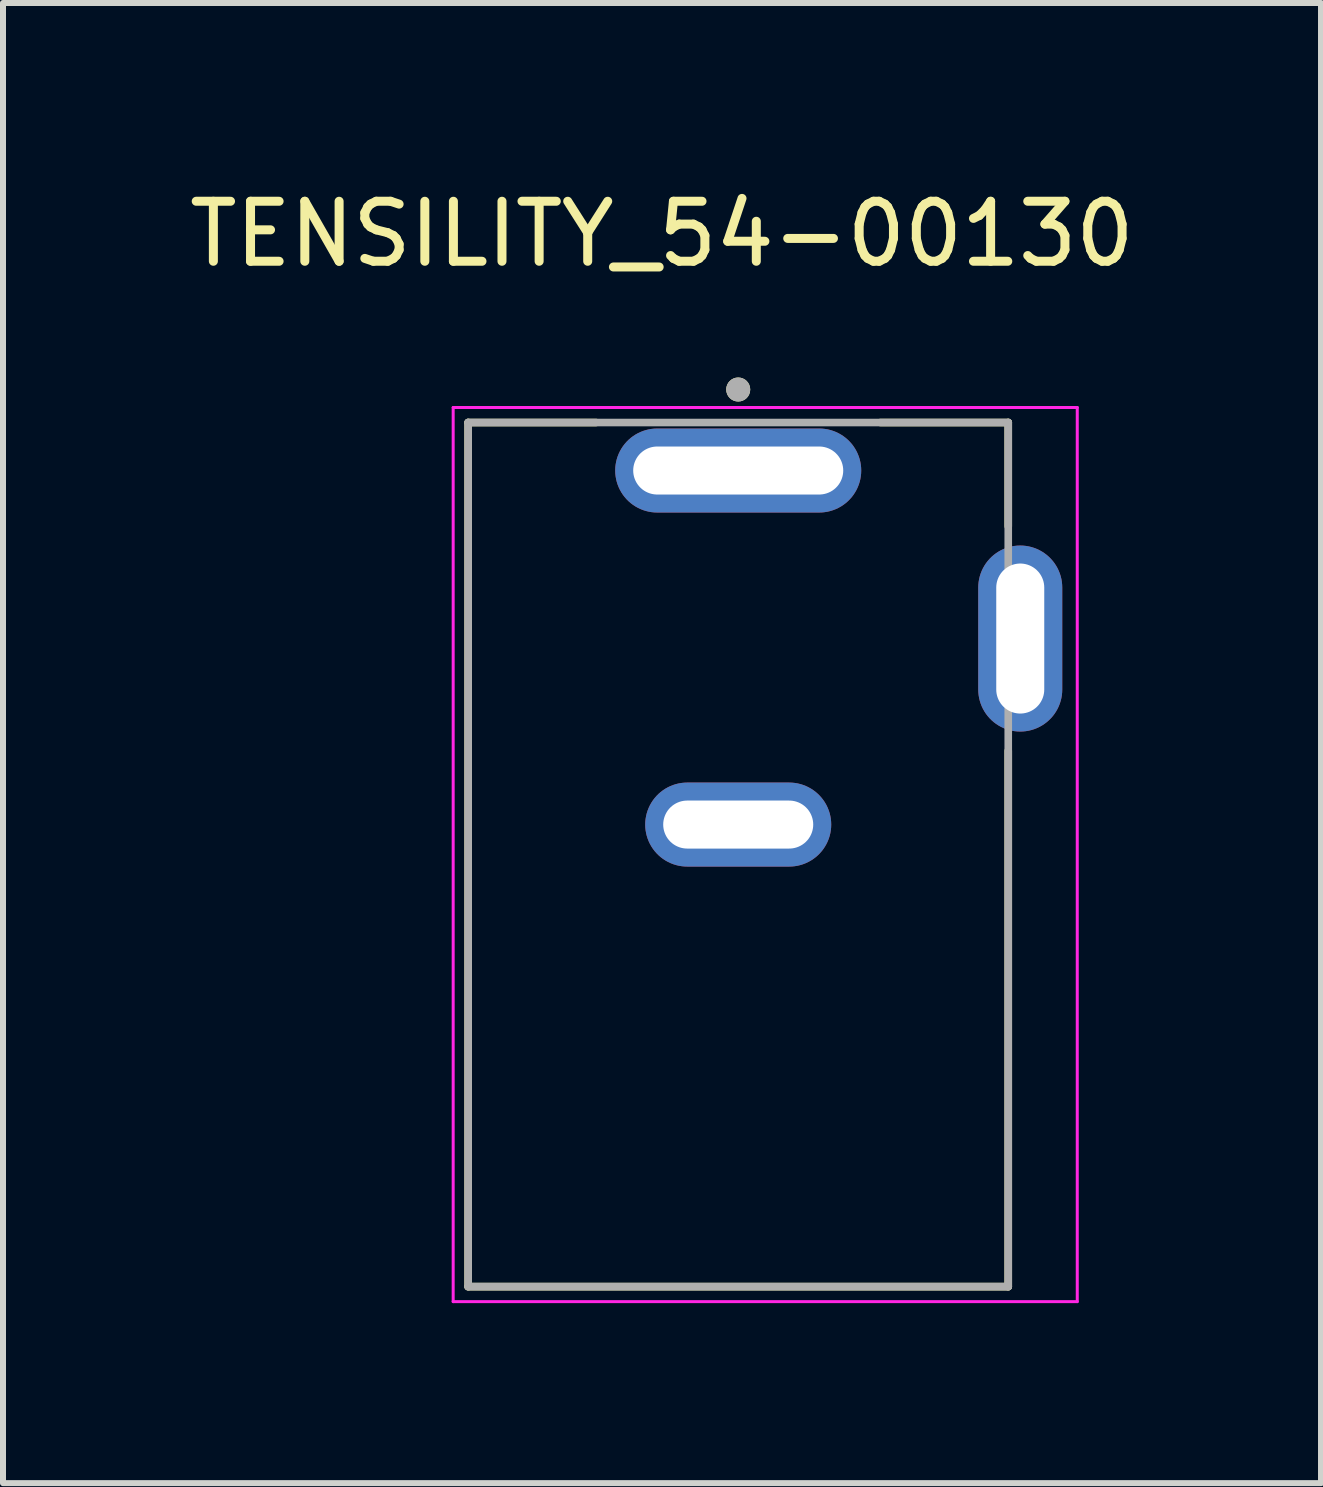
<source format=kicad_pcb>
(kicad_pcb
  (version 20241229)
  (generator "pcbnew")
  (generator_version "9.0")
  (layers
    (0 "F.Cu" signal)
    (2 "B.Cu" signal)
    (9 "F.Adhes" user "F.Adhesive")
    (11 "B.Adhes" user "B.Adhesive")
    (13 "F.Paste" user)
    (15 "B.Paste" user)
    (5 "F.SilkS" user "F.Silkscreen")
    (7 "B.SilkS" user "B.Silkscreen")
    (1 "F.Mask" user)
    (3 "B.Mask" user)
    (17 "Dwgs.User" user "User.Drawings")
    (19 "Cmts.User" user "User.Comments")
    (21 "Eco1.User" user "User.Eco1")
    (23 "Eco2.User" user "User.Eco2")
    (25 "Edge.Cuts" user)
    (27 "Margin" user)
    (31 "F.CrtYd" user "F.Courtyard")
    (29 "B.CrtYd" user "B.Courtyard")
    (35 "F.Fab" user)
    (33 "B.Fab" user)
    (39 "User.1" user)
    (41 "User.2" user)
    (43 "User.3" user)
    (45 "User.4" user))
  (footprint "TENSILITY_54-00130"
    (layer "F.Cu")
    (at 9.252 10.691)
    (property "Reference" "TENSILITY_54-00130" (at -1.27 -9.842 0) (layer "F.SilkS") (effects (font (size 1 1) (thickness 0.15))))
    (attr through_hole)
    (fp_line (start -4.5 -6.7) (end -2.37 -6.7) (stroke (width 0.127) (type solid)) (layer "F.SilkS"))
    (fp_line (start -4.5 7.7) (end -4.5 -6.7) (stroke (width 0.127) (type solid)) (layer "F.SilkS"))
    (fp_line (start 2.37 -6.7) (end 4.5 -6.7) (stroke (width 0.127) (type solid)) (layer "F.SilkS"))
    (fp_line (start 4.5 -6.7) (end 4.5 -4.97) (stroke (width 0.127) (type solid)) (layer "F.SilkS"))
    (fp_line (start 4.5 7.7) (end -4.5 7.7) (stroke (width 0.127) (type solid)) (layer "F.SilkS"))
    (fp_line (start 4.5 7.7) (end 4.5 -1.23) (stroke (width 0.127) (type solid)) (layer "F.SilkS"))
    (fp_circle (center 0 -7.25) (end 0.1 -7.25) (stroke (width 0.2) (type solid)) (fill no) (layer "F.SilkS"))
    (fp_line (start -4.75 -6.95) (end -4.75 7.95) (stroke (width 0.05) (type solid)) (layer "F.CrtYd"))
    (fp_line (start -4.75 7.95) (end 5.65 7.95) (stroke (width 0.05) (type solid)) (layer "F.CrtYd"))
    (fp_line (start 5.65 -6.95) (end -4.75 -6.95) (stroke (width 0.05) (type solid)) (layer "F.CrtYd"))
    (fp_line (start 5.65 7.95) (end 5.65 -6.95) (stroke (width 0.05) (type solid)) (layer "F.CrtYd"))
    (fp_line (start -4.5 -6.7) (end 4.5 -6.7) (stroke (width 0.127) (type solid)) (layer "F.Fab"))
    (fp_line (start -4.5 7.7) (end -4.5 -6.7) (stroke (width 0.127) (type solid)) (layer "F.Fab"))
    (fp_line (start 4.5 -6.7) (end 4.5 7.7) (stroke (width 0.127) (type solid)) (layer "F.Fab"))
    (fp_line (start 4.5 7.7) (end -4.5 7.7) (stroke (width 0.127) (type solid)) (layer "F.Fab"))
    (fp_circle (center 0 -7.25) (end 0.1 -7.25) (stroke (width 0.2) (type solid)) (fill no) (layer "F.Fab"))
    (pad "A" thru_hole oval (at 0 -5.9) (size 4.1 1.4) (drill oval 3.5 0.8) (layers "*.Cu" "*.Mask"))
    (pad "B" thru_hole oval (at 0 0) (size 3.1 1.4) (drill oval 2.5 0.8) (layers "*.Cu" "*.Mask"))
    (pad "C" thru_hole oval (at 4.7 -3.1) (size 1.4 3.1) (drill oval 0.8 2.5) (layers "*.Cu" "*.Mask")))
  (gr_rect
    (start -3 -3)
    (end 18.964 21.666)
    (stroke (width 0.1) (type default))
    (fill no)
    (layer "Edge.Cuts")))
</source>
